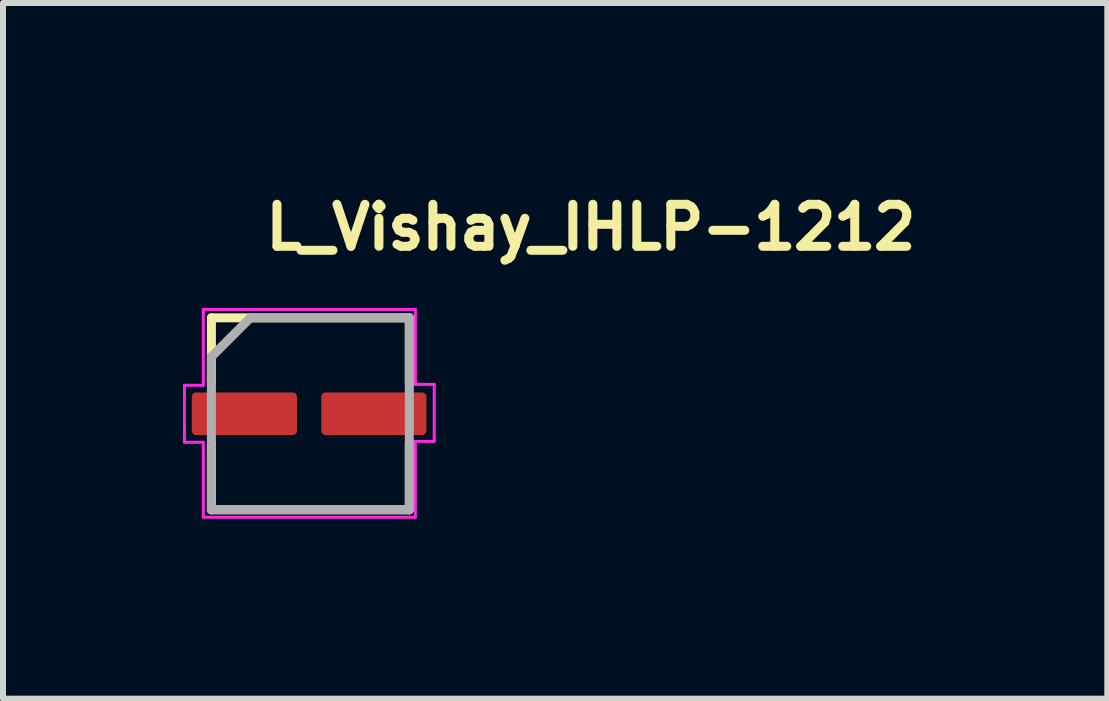
<source format=kicad_pcb>
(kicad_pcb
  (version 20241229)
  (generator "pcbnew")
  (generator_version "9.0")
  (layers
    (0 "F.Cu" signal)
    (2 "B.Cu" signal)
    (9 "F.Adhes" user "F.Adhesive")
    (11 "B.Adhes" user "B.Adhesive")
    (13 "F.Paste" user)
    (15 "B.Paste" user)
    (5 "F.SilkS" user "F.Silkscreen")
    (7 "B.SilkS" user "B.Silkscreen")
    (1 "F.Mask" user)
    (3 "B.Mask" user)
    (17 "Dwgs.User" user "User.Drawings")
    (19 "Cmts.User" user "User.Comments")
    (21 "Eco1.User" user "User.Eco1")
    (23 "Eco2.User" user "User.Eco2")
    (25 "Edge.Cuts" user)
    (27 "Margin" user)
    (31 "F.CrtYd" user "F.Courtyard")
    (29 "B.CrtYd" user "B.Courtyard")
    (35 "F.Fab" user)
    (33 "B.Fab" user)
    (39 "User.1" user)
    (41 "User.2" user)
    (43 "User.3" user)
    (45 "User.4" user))
  (footprint "L_Vishay_IHLP-1212"
    (layer "F.Cu")
    (at 1.025 3.849)
    (property "Reference" "L_Vishay_IHLP-1212" (at 0.278 -2.699 0) (layer "F.SilkS") (effects (font (size 0.7 0.7) (thickness 0.15)) (justify left bottom)))
    (attr smd)
    (fp_line (start -0.55 -1.6) (end 2.75 -1.6) (stroke (width 0.15) (type solid)) (layer "F.SilkS"))
    (fp_line (start -0.55 -0.5) (end -0.55 -1.6) (stroke (width 0.15) (type solid)) (layer "F.SilkS"))
    (fp_line (start -0.55 1.601) (end -0.55 0.499) (stroke (width 0.15) (type solid)) (layer "F.SilkS"))
    (fp_line (start 2.75 -1.6) (end 2.75 -0.5) (stroke (width 0.15) (type solid)) (layer "F.SilkS"))
    (fp_line (start 2.75 0.5) (end 2.75 1.601) (stroke (width 0.15) (type solid)) (layer "F.SilkS"))
    (fp_line (start 2.75 1.601) (end -0.55 1.601) (stroke (width 0.15) (type solid)) (layer "F.SilkS"))
    (fp_line (start -1 0.475) (end -1 -0.475) (stroke (width 0.05) (type solid)) (layer "F.CrtYd"))
    (fp_line (start -0.685 -1.74) (end 2.85 -1.74) (stroke (width 0.05) (type solid)) (layer "F.CrtYd"))
    (fp_line (start -0.685 -0.475) (end -1 -0.475) (stroke (width 0.05) (type solid)) (layer "F.CrtYd"))
    (fp_line (start -0.685 -0.475) (end -0.685 -1.74) (stroke (width 0.05) (type solid)) (layer "F.CrtYd"))
    (fp_line (start -0.685 0.475) (end -1 0.475) (stroke (width 0.05) (type solid)) (layer "F.CrtYd"))
    (fp_line (start -0.685 1.725) (end -0.685 0.475) (stroke (width 0.05) (type solid)) (layer "F.CrtYd"))
    (fp_line (start 2.85 -1.74) (end 2.85 -0.49) (stroke (width 0.05) (type solid)) (layer "F.CrtYd"))
    (fp_line (start 2.85 -0.49) (end 3.165 -0.49) (stroke (width 0.05) (type solid)) (layer "F.CrtYd"))
    (fp_line (start 2.85 0.46) (end 2.85 1.725) (stroke (width 0.05) (type solid)) (layer "F.CrtYd"))
    (fp_line (start 2.85 0.46) (end 3.165 0.46) (stroke (width 0.05) (type solid)) (layer "F.CrtYd"))
    (fp_line (start 2.85 1.725) (end -0.685 1.725) (stroke (width 0.05) (type solid)) (layer "F.CrtYd"))
    (fp_line (start 3.165 -0.49) (end 3.165 0.46) (stroke (width 0.05) (type solid)) (layer "F.CrtYd"))
    (fp_line (start -0.55 -0.95) (end 0.1 -1.6) (stroke (width 0.15) (type solid)) (layer "F.Fab"))
    (fp_line (start -0.55 1.6) (end -0.55 -0.95) (stroke (width 0.15) (type solid)) (layer "F.Fab"))
    (fp_line (start 2.75 -1.6) (end 0.1 -1.6) (stroke (width 0.15) (type solid)) (layer "F.Fab"))
    (fp_line (start 2.75 -1.6) (end 2.75 1.6) (stroke (width 0.15) (type solid)) (layer "F.Fab"))
    (fp_line (start 2.75 1.6) (end -0.55 1.6) (stroke (width 0.15) (type solid)) (layer "F.Fab"))
    (fp_line (start -0.706 -0.355) (end -0.706 0.354) (stroke (width 0.02) (type solid)) (layer "User.9"))
    (fp_line (start -0.706 -0.355) (end -0.548 -0.355) (stroke (width 0.02) (type solid)) (layer "User.9"))
    (fp_line (start -0.706 0.354) (end -0.706 -0.355) (stroke (width 0.02) (type solid)) (layer "User.9"))
    (fp_line (start -0.706 0.354) (end -0.548 0.354) (stroke (width 0.02) (type solid)) (layer "User.9"))
    (fp_line (start -0.548 -1.601) (end -0.548 1.601) (stroke (width 0.02) (type solid)) (layer "User.9"))
    (fp_line (start -0.548 -1.601) (end 2.741 -1.601) (stroke (width 0.02) (type solid)) (layer "User.9"))
    (fp_line (start -0.548 -0.355) (end -0.706 -0.355) (stroke (width 0.02) (type solid)) (layer "User.9"))
    (fp_line (start -0.548 0.354) (end -0.706 0.354) (stroke (width 0.02) (type solid)) (layer "User.9"))
    (fp_line (start -0.548 1.601) (end -0.548 -1.601) (stroke (width 0.02) (type solid)) (layer "User.9"))
    (fp_line (start -0.548 1.601) (end 2.741 1.601) (stroke (width 0.02) (type solid)) (layer "User.9"))
    (fp_line (start -0.482 -1.534) (end -0.482 1.534) (stroke (width 0.02) (type solid)) (layer "User.9"))
    (fp_line (start -0.482 -1.534) (end 0.175 -1.534) (stroke (width 0.02) (type solid)) (layer "User.9"))
    (fp_line (start -0.482 1.534) (end -0.482 -1.534) (stroke (width 0.02) (type solid)) (layer "User.9"))
    (fp_line (start -0.482 1.534) (end 0.175 1.534) (stroke (width 0.02) (type solid)) (layer "User.9"))
    (fp_line (start 0.175 -1.534) (end -0.482 -1.534) (stroke (width 0.02) (type solid)) (layer "User.9"))
    (fp_line (start 0.175 -1.534) (end 0.175 1.534) (stroke (width 0.02) (type solid)) (layer "User.9"))
    (fp_line (start 0.175 1.534) (end -0.482 1.534) (stroke (width 0.02) (type solid)) (layer "User.9"))
    (fp_line (start 0.175 1.534) (end 0.175 -1.534) (stroke (width 0.02) (type solid)) (layer "User.9"))
    (fp_line (start 2.741 -1.601) (end -0.548 -1.601) (stroke (width 0.02) (type solid)) (layer "User.9"))
    (fp_line (start 2.741 -1.601) (end 2.741 1.601) (stroke (width 0.02) (type solid)) (layer "User.9"))
    (fp_line (start 2.741 -0.355) (end 2.901 -0.355) (stroke (width 0.02) (type solid)) (layer "User.9"))
    (fp_line (start 2.741 0.354) (end 2.901 0.354) (stroke (width 0.02) (type solid)) (layer "User.9"))
    (fp_line (start 2.741 1.601) (end -0.548 1.601) (stroke (width 0.02) (type solid)) (layer "User.9"))
    (fp_line (start 2.741 1.601) (end 2.741 -1.601) (stroke (width 0.02) (type solid)) (layer "User.9"))
    (fp_line (start 2.901 -0.355) (end 2.741 -0.355) (stroke (width 0.02) (type solid)) (layer "User.9"))
    (fp_line (start 2.901 -0.355) (end 2.901 0.354) (stroke (width 0.02) (type solid)) (layer "User.9"))
    (fp_line (start 2.901 0.354) (end 2.741 0.354) (stroke (width 0.02) (type solid)) (layer "User.9"))
    (fp_line (start 2.901 0.354) (end 2.901 -0.355) (stroke (width 0.02) (type solid)) (layer "User.9"))
    (pad "1" smd roundrect (at 0 0) (size 1.753 0.711) (layers "F.Cu" "F.Mask" "F.Paste") (roundrect_rratio 0.1))
    (pad "2" smd roundrect (at 2.158 0) (size 1.753 0.711) (layers "F.Cu" "F.Mask" "F.Paste") (roundrect_rratio 0.1)))
  (gr_rect
    (start -3 -3)
    (end 15.413 8.599)
    (stroke (width 0.1) (type default))
    (fill no)
    (layer "Edge.Cuts")))
</source>
